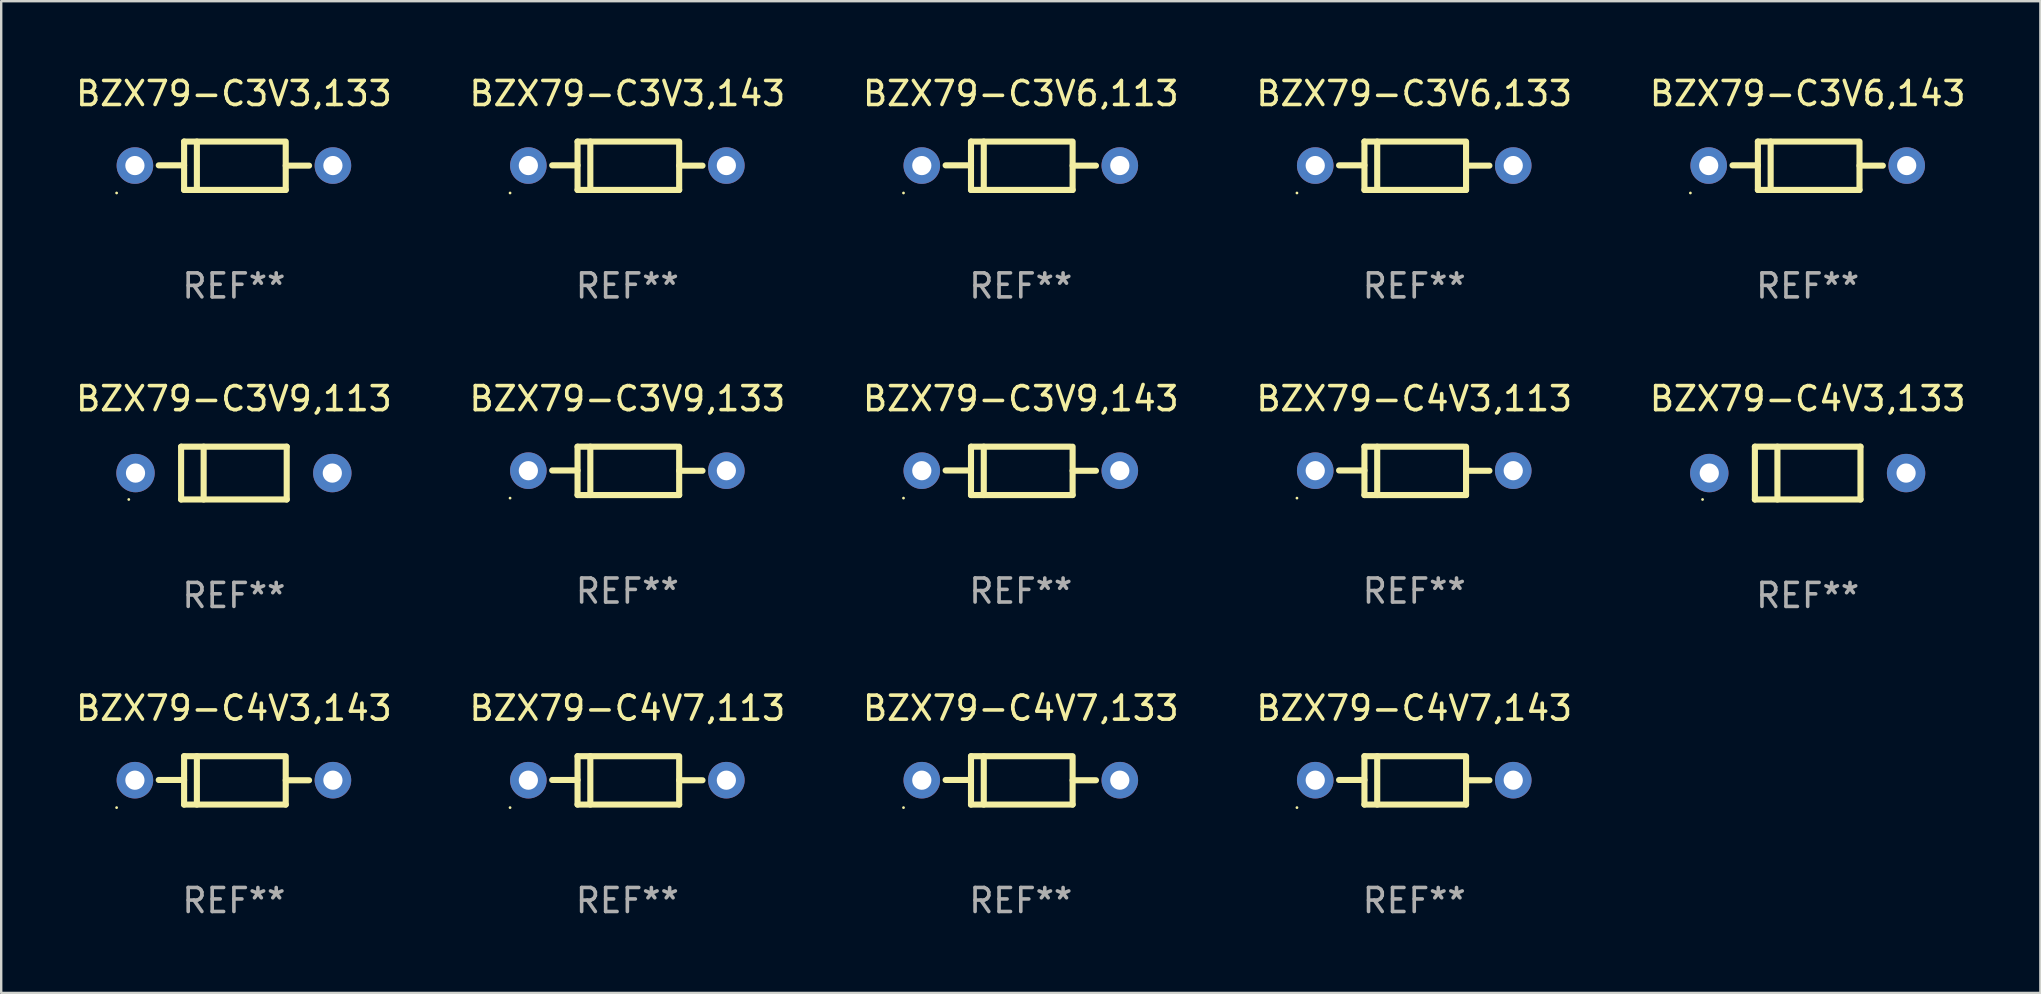
<source format=kicad_pcb>
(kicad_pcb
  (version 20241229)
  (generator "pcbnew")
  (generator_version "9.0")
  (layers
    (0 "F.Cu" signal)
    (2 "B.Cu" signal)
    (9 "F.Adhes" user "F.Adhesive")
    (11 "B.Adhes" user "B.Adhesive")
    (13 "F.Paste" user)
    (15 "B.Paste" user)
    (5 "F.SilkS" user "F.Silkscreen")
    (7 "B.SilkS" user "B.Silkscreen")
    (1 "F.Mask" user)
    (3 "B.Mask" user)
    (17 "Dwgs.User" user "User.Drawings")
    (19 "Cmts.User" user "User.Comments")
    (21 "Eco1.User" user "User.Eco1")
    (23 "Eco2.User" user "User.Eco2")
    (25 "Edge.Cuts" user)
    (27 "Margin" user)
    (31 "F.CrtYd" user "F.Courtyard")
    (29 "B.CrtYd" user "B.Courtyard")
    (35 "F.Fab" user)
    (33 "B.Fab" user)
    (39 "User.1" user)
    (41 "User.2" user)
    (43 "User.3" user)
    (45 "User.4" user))
  (footprint "BZX79-C4V7,133"
    (layer "F.Cu")
    (at 39.482 29.465)
    (property "Reference" "BZX79-C4V7,133" (at 0 -3.008 0) (layer "F.SilkS") (effects (font (size 1 1) (thickness 0.15))))
    (attr through_hole)
    (fp_line (start -2.075 -1.008) (end -2.075 1.008) (stroke (width 0.254) (type solid)) (layer "F.SilkS"))
    (fp_line (start -2.075 -0.017) (end -3.132 -0.017) (stroke (width 0.254) (type solid)) (layer "F.SilkS"))
    (fp_line (start -2.075 1.008) (end 2.159 1.008) (stroke (width 0.254) (type solid)) (layer "F.SilkS"))
    (fp_line (start -1.543 -1.008) (end -1.543 1.008) (stroke (width 0.254) (type solid)) (layer "F.SilkS"))
    (fp_line (start 2.075 -1.008) (end -2.075 -1.008) (stroke (width 0.254) (type solid)) (layer "F.SilkS"))
    (fp_line (start 2.159 -0.005) (end 3.132 -0.005) (stroke (width 0.254) (type solid)) (layer "F.SilkS"))
    (fp_line (start 2.159 1.008) (end 2.159 -1.008) (stroke (width 0.254) (type solid)) (layer "F.SilkS"))
    (fp_circle (center -4.887 1.135) (end -4.857 1.135) (stroke (width 0.06) (type solid)) (fill no) (layer "F.SilkS"))
    (fp_text user "REF**" (at 0 5.008 0) (layer "F.Fab") (effects (font (size 1 1) (thickness 0.15))))
    (pad "1" thru_hole circle (at -4.125 -0.008) (size 1.524 1.524) (drill 0.8) (layers "*.Cu" "*.Mask"))
    (pad "2" thru_hole circle (at 4.125 -0.008) (size 1.524 1.524) (drill 0.8) (layers "*.Cu" "*.Mask")))
  (footprint "BZX79-C3V6,143"
    (layer "F.Cu")
    (at 72.268 3.856)
    (property "Reference" "BZX79-C3V6,143" (at 0 -3.008 0) (layer "F.SilkS") (effects (font (size 1 1) (thickness 0.15))))
    (attr through_hole)
    (fp_line (start -2.075 -1.008) (end -2.075 1.008) (stroke (width 0.254) (type solid)) (layer "F.SilkS"))
    (fp_line (start -2.075 -0.017) (end -3.132 -0.017) (stroke (width 0.254) (type solid)) (layer "F.SilkS"))
    (fp_line (start -2.075 1.008) (end 2.159 1.008) (stroke (width 0.254) (type solid)) (layer "F.SilkS"))
    (fp_line (start -1.543 -1.008) (end -1.543 1.008) (stroke (width 0.254) (type solid)) (layer "F.SilkS"))
    (fp_line (start 2.075 -1.008) (end -2.075 -1.008) (stroke (width 0.254) (type solid)) (layer "F.SilkS"))
    (fp_line (start 2.159 -0.005) (end 3.132 -0.005) (stroke (width 0.254) (type solid)) (layer "F.SilkS"))
    (fp_line (start 2.159 1.008) (end 2.159 -1.008) (stroke (width 0.254) (type solid)) (layer "F.SilkS"))
    (fp_circle (center -4.887 1.135) (end -4.857 1.135) (stroke (width 0.06) (type solid)) (fill no) (layer "F.SilkS"))
    (fp_text user "REF**" (at 0 5.008 0) (layer "F.Fab") (effects (font (size 1 1) (thickness 0.15))))
    (pad "1" thru_hole circle (at -4.125 -0.008) (size 1.524 1.524) (drill 0.8) (layers "*.Cu" "*.Mask"))
    (pad "2" thru_hole circle (at 4.125 -0.008) (size 1.524 1.524) (drill 0.8) (layers "*.Cu" "*.Mask")))
  (footprint "BZX79-C3V9,143"
    (layer "F.Cu")
    (at 39.482 16.569)
    (property "Reference" "BZX79-C3V9,143" (at 0 -3.008 0) (layer "F.SilkS") (effects (font (size 1 1) (thickness 0.15))))
    (attr through_hole)
    (fp_line (start -2.075 -1.008) (end -2.075 1.008) (stroke (width 0.254) (type solid)) (layer "F.SilkS"))
    (fp_line (start -2.075 -0.017) (end -3.132 -0.017) (stroke (width 0.254) (type solid)) (layer "F.SilkS"))
    (fp_line (start -2.075 1.008) (end 2.159 1.008) (stroke (width 0.254) (type solid)) (layer "F.SilkS"))
    (fp_line (start -1.543 -1.008) (end -1.543 1.008) (stroke (width 0.254) (type solid)) (layer "F.SilkS"))
    (fp_line (start 2.075 -1.008) (end -2.075 -1.008) (stroke (width 0.254) (type solid)) (layer "F.SilkS"))
    (fp_line (start 2.159 -0.005) (end 3.132 -0.005) (stroke (width 0.254) (type solid)) (layer "F.SilkS"))
    (fp_line (start 2.159 1.008) (end 2.159 -1.008) (stroke (width 0.254) (type solid)) (layer "F.SilkS"))
    (fp_circle (center -4.887 1.135) (end -4.857 1.135) (stroke (width 0.06) (type solid)) (fill no) (layer "F.SilkS"))
    (fp_text user "REF**" (at 0 5.008 0) (layer "F.Fab") (effects (font (size 1 1) (thickness 0.15))))
    (pad "1" thru_hole circle (at -4.125 -0.008) (size 1.524 1.524) (drill 0.8) (layers "*.Cu" "*.Mask"))
    (pad "2" thru_hole circle (at 4.125 -0.008) (size 1.524 1.524) (drill 0.8) (layers "*.Cu" "*.Mask")))
  (footprint "BZX79-C4V7,143"
    (layer "F.Cu")
    (at 55.875 29.465)
    (property "Reference" "BZX79-C4V7,143" (at 0 -3.008 0) (layer "F.SilkS") (effects (font (size 1 1) (thickness 0.15))))
    (attr through_hole)
    (fp_line (start -2.075 -1.008) (end -2.075 1.008) (stroke (width 0.254) (type solid)) (layer "F.SilkS"))
    (fp_line (start -2.075 -0.017) (end -3.132 -0.017) (stroke (width 0.254) (type solid)) (layer "F.SilkS"))
    (fp_line (start -2.075 1.008) (end 2.159 1.008) (stroke (width 0.254) (type solid)) (layer "F.SilkS"))
    (fp_line (start -1.543 -1.008) (end -1.543 1.008) (stroke (width 0.254) (type solid)) (layer "F.SilkS"))
    (fp_line (start 2.075 -1.008) (end -2.075 -1.008) (stroke (width 0.254) (type solid)) (layer "F.SilkS"))
    (fp_line (start 2.159 -0.005) (end 3.132 -0.005) (stroke (width 0.254) (type solid)) (layer "F.SilkS"))
    (fp_line (start 2.159 1.008) (end 2.159 -1.008) (stroke (width 0.254) (type solid)) (layer "F.SilkS"))
    (fp_circle (center -4.887 1.135) (end -4.857 1.135) (stroke (width 0.06) (type solid)) (fill no) (layer "F.SilkS"))
    (fp_text user "REF**" (at 0 5.008 0) (layer "F.Fab") (effects (font (size 1 1) (thickness 0.15))))
    (pad "1" thru_hole circle (at -4.125 -0.008) (size 1.524 1.524) (drill 0.8) (layers "*.Cu" "*.Mask"))
    (pad "2" thru_hole circle (at 4.125 -0.008) (size 1.524 1.524) (drill 0.8) (layers "*.Cu" "*.Mask")))
  (footprint "BZX79-C3V6,113"
    (layer "F.Cu")
    (at 39.482 3.856)
    (property "Reference" "BZX79-C3V6,113" (at 0 -3.008 0) (layer "F.SilkS") (effects (font (size 1 1) (thickness 0.15))))
    (attr through_hole)
    (fp_line (start -2.075 -1.008) (end -2.075 1.008) (stroke (width 0.254) (type solid)) (layer "F.SilkS"))
    (fp_line (start -2.075 -0.017) (end -3.132 -0.017) (stroke (width 0.254) (type solid)) (layer "F.SilkS"))
    (fp_line (start -2.075 1.008) (end 2.159 1.008) (stroke (width 0.254) (type solid)) (layer "F.SilkS"))
    (fp_line (start -1.543 -1.008) (end -1.543 1.008) (stroke (width 0.254) (type solid)) (layer "F.SilkS"))
    (fp_line (start 2.075 -1.008) (end -2.075 -1.008) (stroke (width 0.254) (type solid)) (layer "F.SilkS"))
    (fp_line (start 2.159 -0.005) (end 3.132 -0.005) (stroke (width 0.254) (type solid)) (layer "F.SilkS"))
    (fp_line (start 2.159 1.008) (end 2.159 -1.008) (stroke (width 0.254) (type solid)) (layer "F.SilkS"))
    (fp_circle (center -4.887 1.135) (end -4.857 1.135) (stroke (width 0.06) (type solid)) (fill no) (layer "F.SilkS"))
    (fp_text user "REF**" (at 0 5.008 0) (layer "F.Fab") (effects (font (size 1 1) (thickness 0.15))))
    (pad "1" thru_hole circle (at -4.125 -0.008) (size 1.524 1.524) (drill 0.8) (layers "*.Cu" "*.Mask"))
    (pad "2" thru_hole circle (at 4.125 -0.008) (size 1.524 1.524) (drill 0.8) (layers "*.Cu" "*.Mask")))
  (footprint "BZX79-C4V3,113"
    (layer "F.Cu")
    (at 55.875 16.569)
    (property "Reference" "BZX79-C4V3,113" (at 0 -3.008 0) (layer "F.SilkS") (effects (font (size 1 1) (thickness 0.15))))
    (attr through_hole)
    (fp_line (start -2.075 -1.008) (end -2.075 1.008) (stroke (width 0.254) (type solid)) (layer "F.SilkS"))
    (fp_line (start -2.075 -0.017) (end -3.132 -0.017) (stroke (width 0.254) (type solid)) (layer "F.SilkS"))
    (fp_line (start -2.075 1.008) (end 2.159 1.008) (stroke (width 0.254) (type solid)) (layer "F.SilkS"))
    (fp_line (start -1.543 -1.008) (end -1.543 1.008) (stroke (width 0.254) (type solid)) (layer "F.SilkS"))
    (fp_line (start 2.075 -1.008) (end -2.075 -1.008) (stroke (width 0.254) (type solid)) (layer "F.SilkS"))
    (fp_line (start 2.159 -0.005) (end 3.132 -0.005) (stroke (width 0.254) (type solid)) (layer "F.SilkS"))
    (fp_line (start 2.159 1.008) (end 2.159 -1.008) (stroke (width 0.254) (type solid)) (layer "F.SilkS"))
    (fp_circle (center -4.887 1.135) (end -4.857 1.135) (stroke (width 0.06) (type solid)) (fill no) (layer "F.SilkS"))
    (fp_text user "REF**" (at 0 5.008 0) (layer "F.Fab") (effects (font (size 1 1) (thickness 0.15))))
    (pad "1" thru_hole circle (at -4.125 -0.008) (size 1.524 1.524) (drill 0.8) (layers "*.Cu" "*.Mask"))
    (pad "2" thru_hole circle (at 4.125 -0.008) (size 1.524 1.524) (drill 0.8) (layers "*.Cu" "*.Mask")))
  (footprint "BZX79-C3V3,143"
    (layer "F.Cu")
    (at 23.089 3.856)
    (property "Reference" "BZX79-C3V3,143" (at 0 -3.008 0) (layer "F.SilkS") (effects (font (size 1 1) (thickness 0.15))))
    (attr through_hole)
    (fp_line (start -2.075 -1.008) (end -2.075 1.008) (stroke (width 0.254) (type solid)) (layer "F.SilkS"))
    (fp_line (start -2.075 -0.017) (end -3.132 -0.017) (stroke (width 0.254) (type solid)) (layer "F.SilkS"))
    (fp_line (start -2.075 1.008) (end 2.159 1.008) (stroke (width 0.254) (type solid)) (layer "F.SilkS"))
    (fp_line (start -1.543 -1.008) (end -1.543 1.008) (stroke (width 0.254) (type solid)) (layer "F.SilkS"))
    (fp_line (start 2.075 -1.008) (end -2.075 -1.008) (stroke (width 0.254) (type solid)) (layer "F.SilkS"))
    (fp_line (start 2.159 -0.005) (end 3.132 -0.005) (stroke (width 0.254) (type solid)) (layer "F.SilkS"))
    (fp_line (start 2.159 1.008) (end 2.159 -1.008) (stroke (width 0.254) (type solid)) (layer "F.SilkS"))
    (fp_circle (center -4.887 1.135) (end -4.857 1.135) (stroke (width 0.06) (type solid)) (fill no) (layer "F.SilkS"))
    (fp_text user "REF**" (at 0 5.008 0) (layer "F.Fab") (effects (font (size 1 1) (thickness 0.15))))
    (pad "1" thru_hole circle (at -4.125 -0.008) (size 1.524 1.524) (drill 0.8) (layers "*.Cu" "*.Mask"))
    (pad "2" thru_hole circle (at 4.125 -0.008) (size 1.524 1.524) (drill 0.8) (layers "*.Cu" "*.Mask")))
  (footprint "BZX79-C4V3,143"
    (layer "F.Cu")
    (at 6.696 29.465)
    (property "Reference" "BZX79-C4V3,143" (at 0 -3.008 0) (layer "F.SilkS") (effects (font (size 1 1) (thickness 0.15))))
    (attr through_hole)
    (fp_line (start -2.075 -1.008) (end -2.075 1.008) (stroke (width 0.254) (type solid)) (layer "F.SilkS"))
    (fp_line (start -2.075 -0.017) (end -3.132 -0.017) (stroke (width 0.254) (type solid)) (layer "F.SilkS"))
    (fp_line (start -2.075 1.008) (end 2.159 1.008) (stroke (width 0.254) (type solid)) (layer "F.SilkS"))
    (fp_line (start -1.543 -1.008) (end -1.543 1.008) (stroke (width 0.254) (type solid)) (layer "F.SilkS"))
    (fp_line (start 2.075 -1.008) (end -2.075 -1.008) (stroke (width 0.254) (type solid)) (layer "F.SilkS"))
    (fp_line (start 2.159 -0.005) (end 3.132 -0.005) (stroke (width 0.254) (type solid)) (layer "F.SilkS"))
    (fp_line (start 2.159 1.008) (end 2.159 -1.008) (stroke (width 0.254) (type solid)) (layer "F.SilkS"))
    (fp_circle (center -4.887 1.135) (end -4.857 1.135) (stroke (width 0.06) (type solid)) (fill no) (layer "F.SilkS"))
    (fp_text user "REF**" (at 0 5.008 0) (layer "F.Fab") (effects (font (size 1 1) (thickness 0.15))))
    (pad "1" thru_hole circle (at -4.125 -0.008) (size 1.524 1.524) (drill 0.8) (layers "*.Cu" "*.Mask"))
    (pad "2" thru_hole circle (at 4.125 -0.008) (size 1.524 1.524) (drill 0.8) (layers "*.Cu" "*.Mask")))
  (footprint "BZX79-C3V9,113"
    (layer "F.Cu")
    (at 6.696 16.661)
    (property "Reference" "BZX79-C3V9,113" (at 0 -3.1 0) (layer "F.SilkS") (effects (font (size 1 1) (thickness 0.15))))
    (attr through_hole)
    (fp_line (start -2.2 -1.1) (end -2.2 1.1) (stroke (width 0.254) (type solid)) (layer "F.SilkS"))
    (fp_line (start -2.2 -1.1) (end 2.2 -1.1) (stroke (width 0.254) (type solid)) (layer "F.SilkS"))
    (fp_line (start -2.2 1.1) (end 2.2 1.1) (stroke (width 0.254) (type solid)) (layer "F.SilkS"))
    (fp_line (start -1.261 -1.1) (end -1.261 1.1) (stroke (width 0.254) (type solid)) (layer "F.SilkS"))
    (fp_line (start 2.2 -1.1) (end 2.2 1.1) (stroke (width 0.254) (type solid)) (layer "F.SilkS"))
    (fp_circle (center -4.38 1.1) (end -4.35 1.1) (stroke (width 0.06) (type solid)) (fill no) (layer "F.SilkS"))
    (fp_text user "REF**" (at 0 5.1 0) (layer "F.Fab") (effects (font (size 1 1) (thickness 0.15))))
    (pad "1" thru_hole circle (at -4.1 0) (size 1.6 1.6) (drill 0.8) (layers "*.Cu" "*.Mask"))
    (pad "2" thru_hole circle (at 4.1 0) (size 1.6 1.6) (drill 0.8) (layers "*.Cu" "*.Mask")))
  (footprint "BZX79-C3V6,133"
    (layer "F.Cu")
    (at 55.875 3.856)
    (property "Reference" "BZX79-C3V6,133" (at 0 -3.008 0) (layer "F.SilkS") (effects (font (size 1 1) (thickness 0.15))))
    (attr through_hole)
    (fp_line (start -2.075 -1.008) (end -2.075 1.008) (stroke (width 0.254) (type solid)) (layer "F.SilkS"))
    (fp_line (start -2.075 -0.017) (end -3.132 -0.017) (stroke (width 0.254) (type solid)) (layer "F.SilkS"))
    (fp_line (start -2.075 1.008) (end 2.159 1.008) (stroke (width 0.254) (type solid)) (layer "F.SilkS"))
    (fp_line (start -1.543 -1.008) (end -1.543 1.008) (stroke (width 0.254) (type solid)) (layer "F.SilkS"))
    (fp_line (start 2.075 -1.008) (end -2.075 -1.008) (stroke (width 0.254) (type solid)) (layer "F.SilkS"))
    (fp_line (start 2.159 -0.005) (end 3.132 -0.005) (stroke (width 0.254) (type solid)) (layer "F.SilkS"))
    (fp_line (start 2.159 1.008) (end 2.159 -1.008) (stroke (width 0.254) (type solid)) (layer "F.SilkS"))
    (fp_circle (center -4.887 1.135) (end -4.857 1.135) (stroke (width 0.06) (type solid)) (fill no) (layer "F.SilkS"))
    (fp_text user "REF**" (at 0 5.008 0) (layer "F.Fab") (effects (font (size 1 1) (thickness 0.15))))
    (pad "1" thru_hole circle (at -4.125 -0.008) (size 1.524 1.524) (drill 0.8) (layers "*.Cu" "*.Mask"))
    (pad "2" thru_hole circle (at 4.125 -0.008) (size 1.524 1.524) (drill 0.8) (layers "*.Cu" "*.Mask")))
  (footprint "BZX79-C4V7,113"
    (layer "F.Cu")
    (at 23.089 29.465)
    (property "Reference" "BZX79-C4V7,113" (at 0 -3.008 0) (layer "F.SilkS") (effects (font (size 1 1) (thickness 0.15))))
    (attr through_hole)
    (fp_line (start -2.075 -1.008) (end -2.075 1.008) (stroke (width 0.254) (type solid)) (layer "F.SilkS"))
    (fp_line (start -2.075 -0.017) (end -3.132 -0.017) (stroke (width 0.254) (type solid)) (layer "F.SilkS"))
    (fp_line (start -2.075 1.008) (end 2.159 1.008) (stroke (width 0.254) (type solid)) (layer "F.SilkS"))
    (fp_line (start -1.543 -1.008) (end -1.543 1.008) (stroke (width 0.254) (type solid)) (layer "F.SilkS"))
    (fp_line (start 2.075 -1.008) (end -2.075 -1.008) (stroke (width 0.254) (type solid)) (layer "F.SilkS"))
    (fp_line (start 2.159 -0.005) (end 3.132 -0.005) (stroke (width 0.254) (type solid)) (layer "F.SilkS"))
    (fp_line (start 2.159 1.008) (end 2.159 -1.008) (stroke (width 0.254) (type solid)) (layer "F.SilkS"))
    (fp_circle (center -4.887 1.135) (end -4.857 1.135) (stroke (width 0.06) (type solid)) (fill no) (layer "F.SilkS"))
    (fp_text user "REF**" (at 0 5.008 0) (layer "F.Fab") (effects (font (size 1 1) (thickness 0.15))))
    (pad "1" thru_hole circle (at -4.125 -0.008) (size 1.524 1.524) (drill 0.8) (layers "*.Cu" "*.Mask"))
    (pad "2" thru_hole circle (at 4.125 -0.008) (size 1.524 1.524) (drill 0.8) (layers "*.Cu" "*.Mask")))
  (footprint "BZX79-C4V3,133"
    (layer "F.Cu")
    (at 72.268 16.661)
    (property "Reference" "BZX79-C4V3,133" (at 0 -3.1 0) (layer "F.SilkS") (effects (font (size 1 1) (thickness 0.15))))
    (attr through_hole)
    (fp_line (start -2.2 -1.1) (end -2.2 1.1) (stroke (width 0.254) (type solid)) (layer "F.SilkS"))
    (fp_line (start -2.2 -1.1) (end 2.2 -1.1) (stroke (width 0.254) (type solid)) (layer "F.SilkS"))
    (fp_line (start -2.2 1.1) (end 2.2 1.1) (stroke (width 0.254) (type solid)) (layer "F.SilkS"))
    (fp_line (start -1.261 -1.1) (end -1.261 1.1) (stroke (width 0.254) (type solid)) (layer "F.SilkS"))
    (fp_line (start 2.2 -1.1) (end 2.2 1.1) (stroke (width 0.254) (type solid)) (layer "F.SilkS"))
    (fp_circle (center -4.38 1.1) (end -4.35 1.1) (stroke (width 0.06) (type solid)) (fill no) (layer "F.SilkS"))
    (fp_text user "REF**" (at 0 5.1 0) (layer "F.Fab") (effects (font (size 1 1) (thickness 0.15))))
    (pad "1" thru_hole circle (at -4.1 0) (size 1.6 1.6) (drill 0.8) (layers "*.Cu" "*.Mask"))
    (pad "2" thru_hole circle (at 4.1 0) (size 1.6 1.6) (drill 0.8) (layers "*.Cu" "*.Mask")))
  (footprint "BZX79-C3V9,133"
    (layer "F.Cu")
    (at 23.089 16.569)
    (property "Reference" "BZX79-C3V9,133" (at 0 -3.008 0) (layer "F.SilkS") (effects (font (size 1 1) (thickness 0.15))))
    (attr through_hole)
    (fp_line (start -2.075 -1.008) (end -2.075 1.008) (stroke (width 0.254) (type solid)) (layer "F.SilkS"))
    (fp_line (start -2.075 -0.017) (end -3.132 -0.017) (stroke (width 0.254) (type solid)) (layer "F.SilkS"))
    (fp_line (start -2.075 1.008) (end 2.159 1.008) (stroke (width 0.254) (type solid)) (layer "F.SilkS"))
    (fp_line (start -1.543 -1.008) (end -1.543 1.008) (stroke (width 0.254) (type solid)) (layer "F.SilkS"))
    (fp_line (start 2.075 -1.008) (end -2.075 -1.008) (stroke (width 0.254) (type solid)) (layer "F.SilkS"))
    (fp_line (start 2.159 -0.005) (end 3.132 -0.005) (stroke (width 0.254) (type solid)) (layer "F.SilkS"))
    (fp_line (start 2.159 1.008) (end 2.159 -1.008) (stroke (width 0.254) (type solid)) (layer "F.SilkS"))
    (fp_circle (center -4.887 1.135) (end -4.857 1.135) (stroke (width 0.06) (type solid)) (fill no) (layer "F.SilkS"))
    (fp_text user "REF**" (at 0 5.008 0) (layer "F.Fab") (effects (font (size 1 1) (thickness 0.15))))
    (pad "1" thru_hole circle (at -4.125 -0.008) (size 1.524 1.524) (drill 0.8) (layers "*.Cu" "*.Mask"))
    (pad "2" thru_hole circle (at 4.125 -0.008) (size 1.524 1.524) (drill 0.8) (layers "*.Cu" "*.Mask")))
  (footprint "BZX79-C3V3,133"
    (layer "F.Cu")
    (at 6.696 3.856)
    (property "Reference" "BZX79-C3V3,133" (at 0 -3.008 0) (layer "F.SilkS") (effects (font (size 1 1) (thickness 0.15))))
    (attr through_hole)
    (fp_line (start -2.075 -1.008) (end -2.075 1.008) (stroke (width 0.254) (type solid)) (layer "F.SilkS"))
    (fp_line (start -2.075 -0.017) (end -3.132 -0.017) (stroke (width 0.254) (type solid)) (layer "F.SilkS"))
    (fp_line (start -2.075 1.008) (end 2.159 1.008) (stroke (width 0.254) (type solid)) (layer "F.SilkS"))
    (fp_line (start -1.543 -1.008) (end -1.543 1.008) (stroke (width 0.254) (type solid)) (layer "F.SilkS"))
    (fp_line (start 2.075 -1.008) (end -2.075 -1.008) (stroke (width 0.254) (type solid)) (layer "F.SilkS"))
    (fp_line (start 2.159 -0.005) (end 3.132 -0.005) (stroke (width 0.254) (type solid)) (layer "F.SilkS"))
    (fp_line (start 2.159 1.008) (end 2.159 -1.008) (stroke (width 0.254) (type solid)) (layer "F.SilkS"))
    (fp_circle (center -4.887 1.135) (end -4.857 1.135) (stroke (width 0.06) (type solid)) (fill no) (layer "F.SilkS"))
    (fp_text user "REF**" (at 0 5.008 0) (layer "F.Fab") (effects (font (size 1 1) (thickness 0.15))))
    (pad "1" thru_hole circle (at -4.125 -0.008) (size 1.524 1.524) (drill 0.8) (layers "*.Cu" "*.Mask"))
    (pad "2" thru_hole circle (at 4.125 -0.008) (size 1.524 1.524) (drill 0.8) (layers "*.Cu" "*.Mask")))
  (gr_rect
    (start -3 -3)
    (end 81.964 38.322)
    (stroke (width 0.1) (type default))
    (fill no)
    (layer "Edge.Cuts")))
</source>
